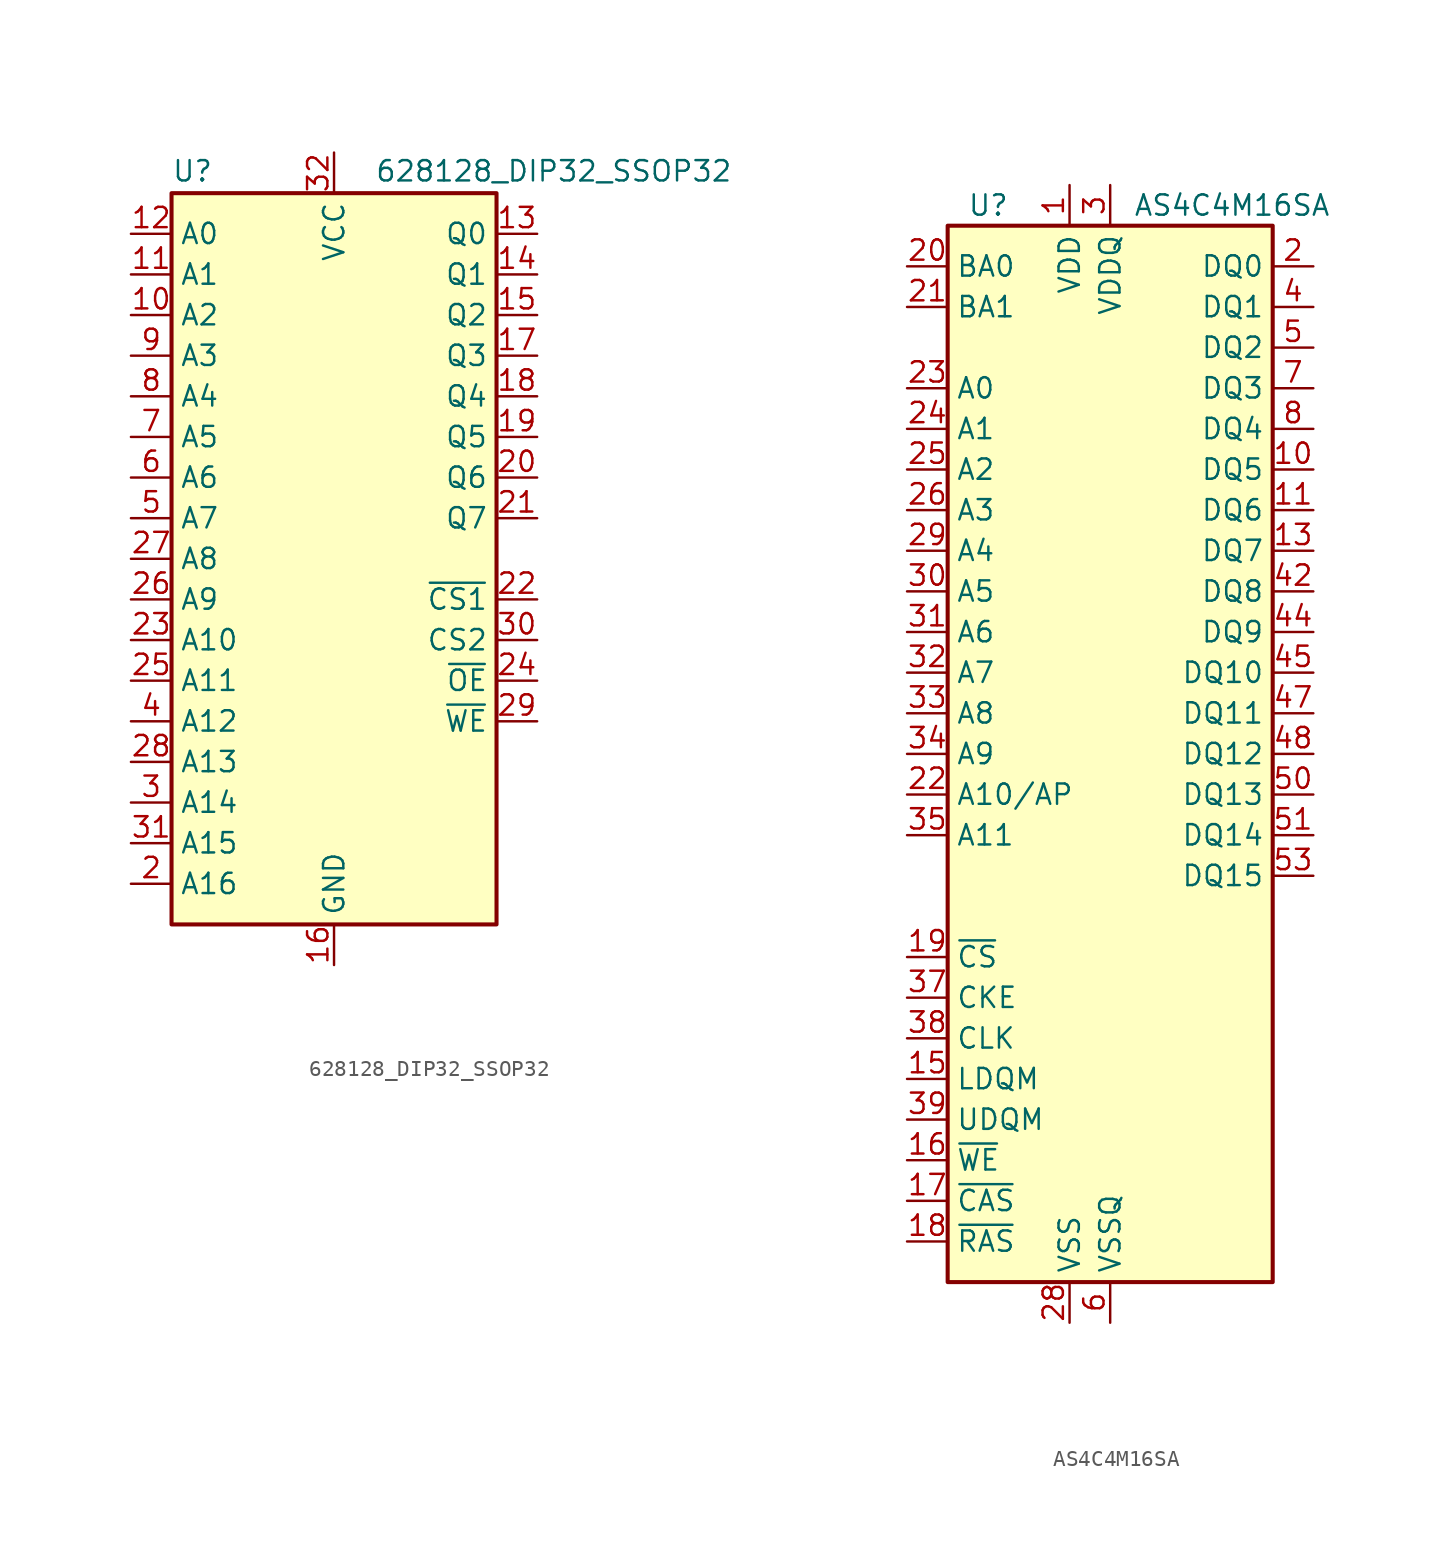
<source format=kicad_sym>
(kicad_symbol_lib
  (version 20211014)
  (generator kicad_symbol_editor)
  (symbol "628128_DIP32_SSOP32"
    (property "Reference" "U"
      (at -10.16 23.495 0)
      (effects (font (size 1.27 1.27)) (justify left bottom)))
    (property "Value" "628128_DIP32_SSOP32"
      (at 2.54 23.495 0)
      (effects (font (size 1.27 1.27)) (justify left bottom)))
    (symbol "628128_DIP32_SSOP32_0_0"
      (pin power_in line (at 0 -25.4 90) (length 2.54) (name "GND" (effects (font (size 1.27 1.27)))) (number "16" (effects (font (size 1.27 1.27)))))
      (pin power_in line (at 0 25.4 270) (length 2.54) (name "VCC" (effects (font (size 1.27 1.27)))) (number "32" (effects (font (size 1.27 1.27))))))
    (symbol "628128_DIP32_SSOP32_0_1"
      (rectangle (start -10.16 22.86) (end 10.16 -22.86) (stroke (width 0.254) (type default) (color 0 0 0 0)) (fill (type background))))
    (symbol "628128_DIP32_SSOP32_1_1"
      (pin no_connect line (at 10.16 -20.32 180) (length 2.54) hide (name "NC" (effects (font (size 1.27 1.27)))) (number "1" (effects (font (size 1.27 1.27)))))
      (pin input line (at -12.7 15.24 0) (length 2.54) (name "A2" (effects (font (size 1.27 1.27)))) (number "10" (effects (font (size 1.27 1.27)))))
      (pin input line (at -12.7 17.78 0) (length 2.54) (name "A1" (effects (font (size 1.27 1.27)))) (number "11" (effects (font (size 1.27 1.27)))))
      (pin input line (at -12.7 20.32 0) (length 2.54) (name "A0" (effects (font (size 1.27 1.27)))) (number "12" (effects (font (size 1.27 1.27)))))
      (pin tri_state line (at 12.7 20.32 180) (length 2.54) (name "Q0" (effects (font (size 1.27 1.27)))) (number "13" (effects (font (size 1.27 1.27)))))
      (pin tri_state line (at 12.7 17.78 180) (length 2.54) (name "Q1" (effects (font (size 1.27 1.27)))) (number "14" (effects (font (size 1.27 1.27)))))
      (pin tri_state line (at 12.7 15.24 180) (length 2.54) (name "Q2" (effects (font (size 1.27 1.27)))) (number "15" (effects (font (size 1.27 1.27)))))
      (pin tri_state line (at 12.7 12.7 180) (length 2.54) (name "Q3" (effects (font (size 1.27 1.27)))) (number "17" (effects (font (size 1.27 1.27)))))
      (pin tri_state line (at 12.7 10.16 180) (length 2.54) (name "Q4" (effects (font (size 1.27 1.27)))) (number "18" (effects (font (size 1.27 1.27)))))
      (pin tri_state line (at 12.7 7.62 180) (length 2.54) (name "Q5" (effects (font (size 1.27 1.27)))) (number "19" (effects (font (size 1.27 1.27)))))
      (pin input line (at -12.7 -20.32 0) (length 2.54) (name "A16" (effects (font (size 1.27 1.27)))) (number "2" (effects (font (size 1.27 1.27)))))
      (pin tri_state line (at 12.7 5.08 180) (length 2.54) (name "Q6" (effects (font (size 1.27 1.27)))) (number "20" (effects (font (size 1.27 1.27)))))
      (pin tri_state line (at 12.7 2.54 180) (length 2.54) (name "Q7" (effects (font (size 1.27 1.27)))) (number "21" (effects (font (size 1.27 1.27)))))
      (pin input line (at 12.7 -2.54 180) (length 2.54) (name "~{CS1}" (effects (font (size 1.27 1.27)))) (number "22" (effects (font (size 1.27 1.27)))))
      (pin input line (at -12.7 -5.08 0) (length 2.54) (name "A10" (effects (font (size 1.27 1.27)))) (number "23" (effects (font (size 1.27 1.27)))))
      (pin input line (at 12.7 -7.62 180) (length 2.54) (name "~{OE}" (effects (font (size 1.27 1.27)))) (number "24" (effects (font (size 1.27 1.27)))))
      (pin input line (at -12.7 -7.62 0) (length 2.54) (name "A11" (effects (font (size 1.27 1.27)))) (number "25" (effects (font (size 1.27 1.27)))))
      (pin input line (at -12.7 -2.54 0) (length 2.54) (name "A9" (effects (font (size 1.27 1.27)))) (number "26" (effects (font (size 1.27 1.27)))))
      (pin input line (at -12.7 0 0) (length 2.54) (name "A8" (effects (font (size 1.27 1.27)))) (number "27" (effects (font (size 1.27 1.27)))))
      (pin input line (at -12.7 -12.7 0) (length 2.54) (name "A13" (effects (font (size 1.27 1.27)))) (number "28" (effects (font (size 1.27 1.27)))))
      (pin input line (at 12.7 -10.16 180) (length 2.54) (name "~{WE}" (effects (font (size 1.27 1.27)))) (number "29" (effects (font (size 1.27 1.27)))))
      (pin input line (at -12.7 -15.24 0) (length 2.54) (name "A14" (effects (font (size 1.27 1.27)))) (number "3" (effects (font (size 1.27 1.27)))))
      (pin input line (at 12.7 -5.08 180) (length 2.54) (name "CS2" (effects (font (size 1.27 1.27)))) (number "30" (effects (font (size 1.27 1.27)))))
      (pin input line (at -12.7 -17.78 0) (length 2.54) (name "A15" (effects (font (size 1.27 1.27)))) (number "31" (effects (font (size 1.27 1.27)))))
      (pin input line (at -12.7 -10.16 0) (length 2.54) (name "A12" (effects (font (size 1.27 1.27)))) (number "4" (effects (font (size 1.27 1.27)))))
      (pin input line (at -12.7 2.54 0) (length 2.54) (name "A7" (effects (font (size 1.27 1.27)))) (number "5" (effects (font (size 1.27 1.27)))))
      (pin input line (at -12.7 5.08 0) (length 2.54) (name "A6" (effects (font (size 1.27 1.27)))) (number "6" (effects (font (size 1.27 1.27)))))
      (pin input line (at -12.7 7.62 0) (length 2.54) (name "A5" (effects (font (size 1.27 1.27)))) (number "7" (effects (font (size 1.27 1.27)))))
      (pin input line (at -12.7 10.16 0) (length 2.54) (name "A4" (effects (font (size 1.27 1.27)))) (number "8" (effects (font (size 1.27 1.27)))))
      (pin input line (at -12.7 12.7 0) (length 2.54) (name "A3" (effects (font (size 1.27 1.27)))) (number "9" (effects (font (size 1.27 1.27)))))))
  (symbol "AS4C4M16SA"
    (property "Reference" "U"
      (at -7.62 34.29 0)
      (effects (font (size 1.27 1.27))))
    (property "Value" "AS4C4M16SA"
      (at 7.62 34.29 0)
      (effects (font (size 1.27 1.27))))
    (symbol "AS4C4M16SA_0_1"
      (rectangle (start -10.16 33.02) (end 10.16 -33.02) (stroke (width 0.254) (type default) (color 0 0 0 0)) (fill (type background))))
    (symbol "AS4C4M16SA_1_1"
      (pin power_in line (at -2.54 35.56 270) (length 2.54) (name "VDD" (effects (font (size 1.27 1.27)))) (number "1" (effects (font (size 1.27 1.27)))))
      (pin bidirectional line (at 12.7 17.78 180) (length 2.54) (name "DQ5" (effects (font (size 1.27 1.27)))) (number "10" (effects (font (size 1.27 1.27)))))
      (pin bidirectional line (at 12.7 15.24 180) (length 2.54) (name "DQ6" (effects (font (size 1.27 1.27)))) (number "11" (effects (font (size 1.27 1.27)))))
      (pin passive line (at 0 -35.56 90) (length 2.54) hide (name "VSSQ" (effects (font (size 1.27 1.27)))) (number "12" (effects (font (size 1.27 1.27)))))
      (pin bidirectional line (at 12.7 12.7 180) (length 2.54) (name "DQ7" (effects (font (size 1.27 1.27)))) (number "13" (effects (font (size 1.27 1.27)))))
      (pin passive line (at -2.54 35.56 270) (length 2.54) hide (name "VDD" (effects (font (size 1.27 1.27)))) (number "14" (effects (font (size 1.27 1.27)))))
      (pin input line (at -12.7 -20.32 0) (length 2.54) (name "LDQM" (effects (font (size 1.27 1.27)))) (number "15" (effects (font (size 1.27 1.27)))))
      (pin input line (at -12.7 -25.4 0) (length 2.54) (name "~{WE}" (effects (font (size 1.27 1.27)))) (number "16" (effects (font (size 1.27 1.27)))))
      (pin input line (at -12.7 -27.94 0) (length 2.54) (name "~{CAS}" (effects (font (size 1.27 1.27)))) (number "17" (effects (font (size 1.27 1.27)))))
      (pin input line (at -12.7 -30.48 0) (length 2.54) (name "~{RAS}" (effects (font (size 1.27 1.27)))) (number "18" (effects (font (size 1.27 1.27)))))
      (pin input line (at -12.7 -12.7 0) (length 2.54) (name "~{CS}" (effects (font (size 1.27 1.27)))) (number "19" (effects (font (size 1.27 1.27)))))
      (pin bidirectional line (at 12.7 30.48 180) (length 2.54) (name "DQ0" (effects (font (size 1.27 1.27)))) (number "2" (effects (font (size 1.27 1.27)))))
      (pin input line (at -12.7 30.48 0) (length 2.54) (name "BA0" (effects (font (size 1.27 1.27)))) (number "20" (effects (font (size 1.27 1.27)))))
      (pin input line (at -12.7 27.94 0) (length 2.54) (name "BA1" (effects (font (size 1.27 1.27)))) (number "21" (effects (font (size 1.27 1.27)))))
      (pin input line (at -12.7 -2.54 0) (length 2.54) (name "A10/AP" (effects (font (size 1.27 1.27)))) (number "22" (effects (font (size 1.27 1.27)))))
      (pin input line (at -12.7 22.86 0) (length 2.54) (name "A0" (effects (font (size 1.27 1.27)))) (number "23" (effects (font (size 1.27 1.27)))))
      (pin input line (at -12.7 20.32 0) (length 2.54) (name "A1" (effects (font (size 1.27 1.27)))) (number "24" (effects (font (size 1.27 1.27)))))
      (pin input line (at -12.7 17.78 0) (length 2.54) (name "A2" (effects (font (size 1.27 1.27)))) (number "25" (effects (font (size 1.27 1.27)))))
      (pin input line (at -12.7 15.24 0) (length 2.54) (name "A3" (effects (font (size 1.27 1.27)))) (number "26" (effects (font (size 1.27 1.27)))))
      (pin passive line (at -2.54 35.56 270) (length 2.54) hide (name "VDD" (effects (font (size 1.27 1.27)))) (number "27" (effects (font (size 1.27 1.27)))))
      (pin power_in line (at -2.54 -35.56 90) (length 2.54) (name "VSS" (effects (font (size 1.27 1.27)))) (number "28" (effects (font (size 1.27 1.27)))))
      (pin input line (at -12.7 12.7 0) (length 2.54) (name "A4" (effects (font (size 1.27 1.27)))) (number "29" (effects (font (size 1.27 1.27)))))
      (pin power_in line (at 0 35.56 270) (length 2.54) (name "VDDQ" (effects (font (size 1.27 1.27)))) (number "3" (effects (font (size 1.27 1.27)))))
      (pin input line (at -12.7 10.16 0) (length 2.54) (name "A5" (effects (font (size 1.27 1.27)))) (number "30" (effects (font (size 1.27 1.27)))))
      (pin input line (at -12.7 7.62 0) (length 2.54) (name "A6" (effects (font (size 1.27 1.27)))) (number "31" (effects (font (size 1.27 1.27)))))
      (pin input line (at -12.7 5.08 0) (length 2.54) (name "A7" (effects (font (size 1.27 1.27)))) (number "32" (effects (font (size 1.27 1.27)))))
      (pin input line (at -12.7 2.54 0) (length 2.54) (name "A8" (effects (font (size 1.27 1.27)))) (number "33" (effects (font (size 1.27 1.27)))))
      (pin input line (at -12.7 0 0) (length 2.54) (name "A9" (effects (font (size 1.27 1.27)))) (number "34" (effects (font (size 1.27 1.27)))))
      (pin input line (at -12.7 -5.08 0) (length 2.54) (name "A11" (effects (font (size 1.27 1.27)))) (number "35" (effects (font (size 1.27 1.27)))))
      (pin no_connect line (at 10.16 -17.78 180) (length 2.54) hide (name "NC" (effects (font (size 1.27 1.27)))) (number "36" (effects (font (size 1.27 1.27)))))
      (pin input line (at -12.7 -15.24 0) (length 2.54) (name "CKE" (effects (font (size 1.27 1.27)))) (number "37" (effects (font (size 1.27 1.27)))))
      (pin input line (at -12.7 -17.78 0) (length 2.54) (name "CLK" (effects (font (size 1.27 1.27)))) (number "38" (effects (font (size 1.27 1.27)))))
      (pin input line (at -12.7 -22.86 0) (length 2.54) (name "UDQM" (effects (font (size 1.27 1.27)))) (number "39" (effects (font (size 1.27 1.27)))))
      (pin bidirectional line (at 12.7 27.94 180) (length 2.54) (name "DQ1" (effects (font (size 1.27 1.27)))) (number "4" (effects (font (size 1.27 1.27)))))
      (pin no_connect line (at 10.16 -20.32 180) (length 2.54) hide (name "NC/RFU" (effects (font (size 1.27 1.27)))) (number "40" (effects (font (size 1.27 1.27)))))
      (pin passive line (at -2.54 -35.56 90) (length 2.54) hide (name "VSS" (effects (font (size 1.27 1.27)))) (number "41" (effects (font (size 1.27 1.27)))))
      (pin bidirectional line (at 12.7 10.16 180) (length 2.54) (name "DQ8" (effects (font (size 1.27 1.27)))) (number "42" (effects (font (size 1.27 1.27)))))
      (pin passive line (at 0 35.56 270) (length 2.54) hide (name "VDDQ" (effects (font (size 1.27 1.27)))) (number "43" (effects (font (size 1.27 1.27)))))
      (pin bidirectional line (at 12.7 7.62 180) (length 2.54) (name "DQ9" (effects (font (size 1.27 1.27)))) (number "44" (effects (font (size 1.27 1.27)))))
      (pin bidirectional line (at 12.7 5.08 180) (length 2.54) (name "DQ10" (effects (font (size 1.27 1.27)))) (number "45" (effects (font (size 1.27 1.27)))))
      (pin passive line (at 0 -35.56 90) (length 2.54) hide (name "VSSQ" (effects (font (size 1.27 1.27)))) (number "46" (effects (font (size 1.27 1.27)))))
      (pin bidirectional line (at 12.7 2.54 180) (length 2.54) (name "DQ11" (effects (font (size 1.27 1.27)))) (number "47" (effects (font (size 1.27 1.27)))))
      (pin bidirectional line (at 12.7 0 180) (length 2.54) (name "DQ12" (effects (font (size 1.27 1.27)))) (number "48" (effects (font (size 1.27 1.27)))))
      (pin passive line (at 0 35.56 270) (length 2.54) hide (name "VDDQ" (effects (font (size 1.27 1.27)))) (number "49" (effects (font (size 1.27 1.27)))))
      (pin bidirectional line (at 12.7 25.4 180) (length 2.54) (name "DQ2" (effects (font (size 1.27 1.27)))) (number "5" (effects (font (size 1.27 1.27)))))
      (pin bidirectional line (at 12.7 -2.54 180) (length 2.54) (name "DQ13" (effects (font (size 1.27 1.27)))) (number "50" (effects (font (size 1.27 1.27)))))
      (pin bidirectional line (at 12.7 -5.08 180) (length 2.54) (name "DQ14" (effects (font (size 1.27 1.27)))) (number "51" (effects (font (size 1.27 1.27)))))
      (pin passive line (at 0 -35.56 90) (length 2.54) hide (name "VSSQ" (effects (font (size 1.27 1.27)))) (number "52" (effects (font (size 1.27 1.27)))))
      (pin bidirectional line (at 12.7 -7.62 180) (length 2.54) (name "DQ15" (effects (font (size 1.27 1.27)))) (number "53" (effects (font (size 1.27 1.27)))))
      (pin passive line (at -2.54 -35.56 90) (length 2.54) hide (name "VSS" (effects (font (size 1.27 1.27)))) (number "54" (effects (font (size 1.27 1.27)))))
      (pin power_in line (at 0 -35.56 90) (length 2.54) (name "VSSQ" (effects (font (size 1.27 1.27)))) (number "6" (effects (font (size 1.27 1.27)))))
      (pin bidirectional line (at 12.7 22.86 180) (length 2.54) (name "DQ3" (effects (font (size 1.27 1.27)))) (number "7" (effects (font (size 1.27 1.27)))))
      (pin bidirectional line (at 12.7 20.32 180) (length 2.54) (name "DQ4" (effects (font (size 1.27 1.27)))) (number "8" (effects (font (size 1.27 1.27)))))
      (pin passive line (at 0 35.56 270) (length 2.54) hide (name "VDDQ" (effects (font (size 1.27 1.27)))) (number "9" (effects (font (size 1.27 1.27))))))))
</source>
